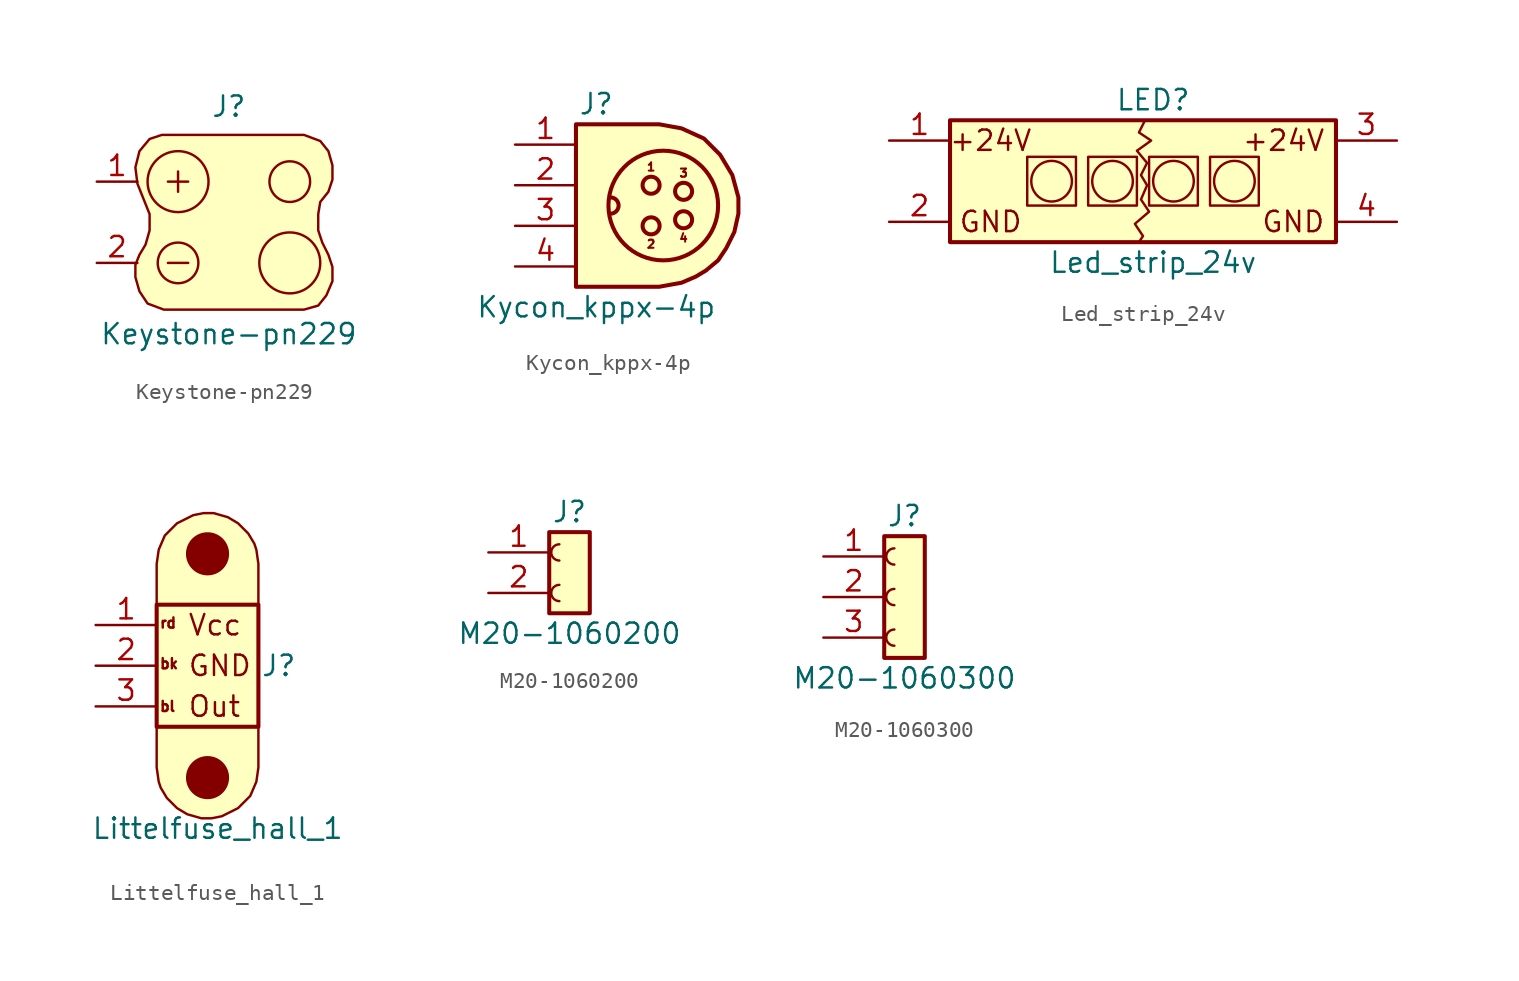
<source format=kicad_sym>
(kicad_symbol_lib
  (version 20211014)
  (generator kicad_symbol_editor)
  (symbol "Keystone-pn229"
    (pin_names
      (offset 1.016) hide)
    (property "Reference" "J"
      (at 0.635 7.239 0)
      (effects (font (size 1.27 1.27))))
    (property "Value" "Keystone-pn229"
      (at 0.635 -6.985 0)
      (effects (font (size 1.27 1.27))))
    (symbol "Keystone-pn229_0_0"
      (polyline (pts (xy -3.175 -2.54) (xy -1.905 -2.54)) (stroke (width 0) (type default) (color 0 0 0 0)) (fill (type none)))
      (polyline (pts (xy -3.175 2.54) (xy -1.905 2.54)) (stroke (width 0) (type default) (color 0 0 0 0)) (fill (type none)))
      (polyline (pts (xy -2.54 3.175) (xy -2.54 1.905)) (stroke (width 0) (type default) (color 0 0 0 0)) (fill (type none))))
    (symbol "Keystone-pn229_0_1"
      (circle (center -2.54 -2.54) (radius 1.27) (stroke (width 0) (type default) (color 0 0 0 0)) (fill (type none)))
      (circle (center -2.54 2.54) (radius 1.905) (stroke (width 0) (type default) (color 0 0 0 0)) (fill (type none)))
      (polyline (pts (xy -3.556 5.461) (xy -4.318 5.207) (xy -4.953 4.445) (xy -5.207 3.429) (xy -5.08 2.413) (xy -4.826 1.778) (xy -4.572 1.143) (xy -4.318 0.508) (xy -4.318 -0.508) (xy -4.572 -1.397) (xy -4.953 -2.032) (xy -5.207 -2.667) (xy -5.207 -3.429) (xy -4.953 -4.318) (xy -4.445 -5.08) (xy -3.429 -5.461) (xy 5.334 -5.461) (xy 6.223 -5.207) (xy 6.731 -4.572) (xy 7.112 -3.683) (xy 7.112 -2.794) (xy 6.858 -2.032) (xy 6.477 -1.27) (xy 6.223 -0.508) (xy 6.223 0.508) (xy 6.35 1.27) (xy 6.858 1.905) (xy 7.112 2.667) (xy 7.112 3.556) (xy 6.858 4.445) (xy 6.35 5.08) (xy 5.334 5.461) (xy -3.556 5.461)) (stroke (width 0) (type default) (color 0 0 0 0)) (fill (type background)))
      (circle (center 4.445 2.54) (radius 1.27) (stroke (width 0) (type default) (color 0 0 0 0)) (fill (type none))))
    (symbol "Keystone-pn229_1_1"
      (circle (center 4.445 -2.54) (radius 1.905) (stroke (width 0) (type default) (color 0 0 0 0)) (fill (type none)))
      (pin passive line (at -7.62 2.54 0) (length 2.54) (name "Pos" (effects (font (size 1.27 1.27)))) (number "1" (effects (font (size 1.27 1.27)))))
      (pin passive line (at -7.62 -2.54 0) (length 2.54) (name "Neg" (effects (font (size 1.27 1.27)))) (number "2" (effects (font (size 1.27 1.27)))))))
  (symbol "Kycon_kppx-4p"
    (pin_names
      (offset 1.016) hide)
    (property "Reference" "J"
      (at 1.27 6.35 0)
      (effects (font (size 1.27 1.27))))
    (property "Value" "Kycon_kppx-4p"
      (at 1.27 -6.35 0)
      (effects (font (size 1.27 1.27))))
    (symbol "Kycon_kppx-4p_0_0"
      (polyline (pts (xy 0 -5.08) (xy 0 5.08) (xy 5.207 5.08) (xy 6.604 4.826) (xy 8.001 4.191) (xy 9.017 3.175) (xy 9.779 1.905) (xy 10.16 0.508) (xy 10.16 -0.508) (xy 9.906 -1.651) (xy 9.398 -2.667) (xy 8.89 -3.429) (xy 8.128 -4.064) (xy 7.493 -4.445) (xy 6.604 -4.826) (xy 5.207 -5.08) (xy 0 -5.08)) (stroke (width 0.254) (type default) (color 0 0 0 0)) (fill (type background)))
      (arc (start 2.159 -0.508) (mid 2.667 0) (end 2.159 0.508) (stroke (width 0.254) (type default) (color 0 0 0 0)) (fill (type none)))
      (circle (center 5.461 0) (radius 3.429) (stroke (width 0.254) (type default) (color 0 0 0 0)) (fill (type none)))
      (text "1" (at 4.699 2.413 0) (effects (font (size 0.508 0.508))))
      (text "2" (at 4.699 -2.413 0) (effects (font (size 0.508 0.508))))
      (text "3" (at 6.731 2.032 0) (effects (font (size 0.508 0.508))))
      (text "4" (at 6.731 -2.032 0) (effects (font (size 0.508 0.508)))))
    (symbol "Kycon_kppx-4p_1_1"
      (circle (center 4.699 -1.27) (radius 0.533) (stroke (width 0.254) (type default) (color 0 0 0 0)) (fill (type none)))
      (circle (center 4.699 1.27) (radius 0.533) (stroke (width 0.254) (type default) (color 0 0 0 0)) (fill (type none)))
      (circle (center 6.731 -0.889) (radius 0.533) (stroke (width 0.254) (type default) (color 0 0 0 0)) (fill (type none)))
      (circle (center 6.731 0.889) (radius 0.533) (stroke (width 0.254) (type default) (color 0 0 0 0)) (fill (type none)))
      (pin passive line (at -3.81 3.81 0) (length 3.81) (name "Pin_1" (effects (font (size 1.27 1.27)))) (number "1" (effects (font (size 1.27 1.27)))))
      (pin passive line (at -3.81 1.27 0) (length 3.81) (name "Pin_2" (effects (font (size 1.27 1.27)))) (number "2" (effects (font (size 1.27 1.27)))))
      (pin passive line (at -3.81 -1.27 0) (length 3.81) (name "Pin_3" (effects (font (size 1.27 1.27)))) (number "3" (effects (font (size 1.27 1.27)))))
      (pin passive line (at -3.81 -3.81 0) (length 3.81) (name "Pin_4" (effects (font (size 1.27 1.27)))) (number "4" (effects (font (size 1.27 1.27)))))))
  (symbol "Led_strip_24v"
    (pin_names
      (offset 1.016) hide)
    (property "Reference" "LED"
      (at 0 5.08 0)
      (effects (font (size 1.27 1.27))))
    (property "Value" "Led_strip_24v"
      (at 0 -5.08 0)
      (effects (font (size 1.27 1.27))))
    (symbol "Led_strip_24v_0_0"
      (text "GND" (at 10.795 -2.54 0) (effects (font (size 1.27 1.27)) (justify right))))
    (symbol "Led_strip_24v_1_1"
      (rectangle (start -12.7 3.81) (end 11.43 -3.81) (stroke (width 0.254) (type default) (color 0 0 0 0)) (fill (type background)))
      (rectangle (start -7.874 -1.524) (end -4.826 1.524) (stroke (width 0) (type default) (color 0 0 0 0)) (fill (type none)))
      (circle (center -6.35 0) (radius 1.27) (stroke (width 0) (type default) (color 0 0 0 0)) (fill (type none)))
      (rectangle (start -4.064 -1.524) (end -1.016 1.524) (stroke (width 0) (type default) (color 0 0 0 0)) (fill (type none)))
      (circle (center -2.54 0) (radius 1.27) (stroke (width 0) (type default) (color 0 0 0 0)) (fill (type none)))
      (rectangle (start -0.254 -1.524) (end 2.794 1.524) (stroke (width 0) (type default) (color 0 0 0 0)) (fill (type none)))
      (polyline (pts (xy -0.508 3.81) (xy -0.889 3.048) (xy -0.127 2.54) (xy -1.016 1.905) (xy -0.381 1.143) (xy -0.762 0.381) (xy -0.381 -0.254) (xy -0.762 -1.143) (xy -0.254 -1.905) (xy -1.143 -2.667) (xy -0.635 -3.429) (xy -0.889 -3.81) (xy -0.762 -3.81)) (stroke (width 0) (type default) (color 0 0 0 0)) (fill (type none)))
      (circle (center 1.27 0) (radius 1.27) (stroke (width 0) (type default) (color 0 0 0 0)) (fill (type none)))
      (rectangle (start 3.556 -1.524) (end 6.604 1.524) (stroke (width 0) (type default) (color 0 0 0 0)) (fill (type none)))
      (circle (center 5.08 0) (radius 1.27) (stroke (width 0) (type default) (color 0 0 0 0)) (fill (type none)))
      (text "+24V" (at -10.16 2.54 0) (effects (font (size 1.27 1.27))))
      (text "+24V" (at 10.795 2.54 0) (effects (font (size 1.27 1.27)) (justify right)))
      (text "GND" (at -10.16 -2.54 0) (effects (font (size 1.27 1.27))))
      (pin passive line (at -16.51 2.54 0) (length 3.81) (name "24v_1" (effects (font (size 1.27 1.27)))) (number "1" (effects (font (size 1.27 1.27)))))
      (pin passive line (at -16.51 -2.54 0) (length 3.81) (name "gnd_1" (effects (font (size 1.27 1.27)))) (number "2" (effects (font (size 1.27 1.27)))))
      (pin passive line (at 15.24 2.54 180) (length 3.81) (name "24v_2" (effects (font (size 1.27 1.27)))) (number "3" (effects (font (size 1.27 1.27)))))
      (pin passive line (at 15.24 -2.54 180) (length 3.81) (name "gnd_2" (effects (font (size 1.27 1.27)))) (number "4" (effects (font (size 1.27 1.27)))))))
  (symbol "Littelfuse_hall_1"
    (pin_names
      (offset 1.016) hide)
    (property "Reference" "J"
      (at 6.35 0 0)
      (effects (font (size 1.27 1.27))))
    (property "Value" "Littelfuse_hall_1"
      (at 2.54 -10.16 0)
      (effects (font (size 1.27 1.27))))
    (symbol "Littelfuse_hall_1_0_0"
      (text "bl" (at -1.143 -2.54 0) (effects (font (size 0.635 0.635)) (justify left)))
      (text "GND" (at 0.635 0 0) (effects (font (size 1.27 1.27)) (justify left)))
      (text "Out" (at 0.635 -2.54 0) (effects (font (size 1.27 1.27)) (justify left)))
      (text "Vcc" (at 0.635 2.54 0) (effects (font (size 1.27 1.27)) (justify left))))
    (symbol "Littelfuse_hall_1_0_1"
      (polyline (pts (xy -1.27 3.81) (xy -1.27 6.35) (xy -1.143 7.239) (xy -0.762 8.128) (xy 0 8.89) (xy 1.016 9.398) (xy 1.651 9.525) (xy 2.286 9.525) (xy 3.175 9.271) (xy 3.81 8.89) (xy 4.445 8.255) (xy 4.826 7.62) (xy 4.953 7.239) (xy 5.08 6.35) (xy 5.08 3.81) (xy -1.27 3.81)) (stroke (width 0) (type default) (color 0 0 0 0)) (fill (type background)))
      (circle (center 1.905 6.985) (radius 1.27) (stroke (width 0) (type default) (color 0 0 0 0)) (fill (type outline))))
    (symbol "Littelfuse_hall_1_1_1"
      (rectangle (start -1.27 3.81) (end 5.08 -3.81) (stroke (width 0.254) (type default) (color 0 0 0 0)) (fill (type background)))
      (polyline (pts (xy 5.08 -3.81) (xy 5.08 -6.35) (xy 4.953 -7.239) (xy 4.572 -8.128) (xy 3.81 -8.89) (xy 2.794 -9.398) (xy 2.159 -9.525) (xy 1.524 -9.525) (xy 0.635 -9.271) (xy 0 -8.89) (xy -0.635 -8.255) (xy -1.016 -7.62) (xy -1.143 -7.239) (xy -1.27 -6.35) (xy -1.27 -3.81) (xy 5.08 -3.81)) (stroke (width 0) (type default) (color 0 0 0 0)) (fill (type background)))
      (circle (center 1.905 -6.985) (radius 1.27) (stroke (width 0) (type default) (color 0 0 0 0)) (fill (type outline)))
      (text "bk" (at -1.143 0.127 0) (effects (font (size 0.635 0.635)) (justify left)))
      (text "rd" (at -1.143 2.667 0) (effects (font (size 0.635 0.635)) (justify left)))
      (pin passive line (at -5.08 2.54 0) (length 3.81) (name "Pin_1" (effects (font (size 1.27 1.27)))) (number "1" (effects (font (size 1.27 1.27)))))
      (pin passive line (at -5.08 0 0) (length 3.81) (name "Pin_2" (effects (font (size 1.27 1.27)))) (number "2" (effects (font (size 1.27 1.27)))))
      (pin passive line (at -5.08 -2.54 0) (length 3.81) (name "Pin_3" (effects (font (size 1.27 1.27)))) (number "3" (effects (font (size 1.27 1.27)))))))
  (symbol "M20-1060200"
    (pin_names
      (offset 1.016) hide)
    (property "Reference" "J"
      (at 1.27 3.81 0)
      (effects (font (size 1.27 1.27))))
    (property "Value" "M20-1060200"
      (at 1.27 -3.81 0)
      (effects (font (size 1.27 1.27))))
    (symbol "M20-1060200_1_1"
      (rectangle (start 0 2.54) (end 2.54 -2.54) (stroke (width 0.254) (type default) (color 0 0 0 0)) (fill (type background)))
      (arc (start 0.635 -0.762) (mid 0.127 -1.27) (end 0.635 -1.778) (stroke (width 0) (type default) (color 0 0 0 0)) (fill (type none)))
      (arc (start 0.635 1.778) (mid 0.127 1.27) (end 0.635 0.762) (stroke (width 0) (type default) (color 0 0 0 0)) (fill (type none)))
      (pin passive line (at -3.81 1.27 0) (length 3.81) (name "Pin_1" (effects (font (size 1.27 1.27)))) (number "1" (effects (font (size 1.27 1.27)))))
      (pin passive line (at -3.81 -1.27 0) (length 3.81) (name "Pin_2" (effects (font (size 1.27 1.27)))) (number "2" (effects (font (size 1.27 1.27)))))))
  (symbol "M20-1060300"
    (pin_names
      (offset 1.016) hide)
    (property "Reference" "J"
      (at 1.27 5.08 0)
      (effects (font (size 1.27 1.27))))
    (property "Value" "M20-1060300"
      (at 1.27 -5.08 0)
      (effects (font (size 1.27 1.27))))
    (symbol "M20-1060300_1_1"
      (rectangle (start 0 3.81) (end 2.54 -3.81) (stroke (width 0.254) (type default) (color 0 0 0 0)) (fill (type background)))
      (arc (start 0.635 -2.032) (mid 0.127 -2.54) (end 0.635 -3.048) (stroke (width 0) (type default) (color 0 0 0 0)) (fill (type none)))
      (arc (start 0.635 0.508) (mid 0.127 0) (end 0.635 -0.508) (stroke (width 0) (type default) (color 0 0 0 0)) (fill (type none)))
      (arc (start 0.635 3.048) (mid 0.127 2.54) (end 0.635 2.032) (stroke (width 0) (type default) (color 0 0 0 0)) (fill (type none)))
      (pin passive line (at -3.81 2.54 0) (length 3.81) (name "Pin_1" (effects (font (size 1.27 1.27)))) (number "1" (effects (font (size 1.27 1.27)))))
      (pin passive line (at -3.81 0 0) (length 3.81) (name "Pin_2" (effects (font (size 1.27 1.27)))) (number "2" (effects (font (size 1.27 1.27)))))
      (pin passive line (at -3.81 -2.54 0) (length 3.81) (name "Pin_3" (effects (font (size 1.27 1.27)))) (number "3" (effects (font (size 1.27 1.27))))))))
</source>
